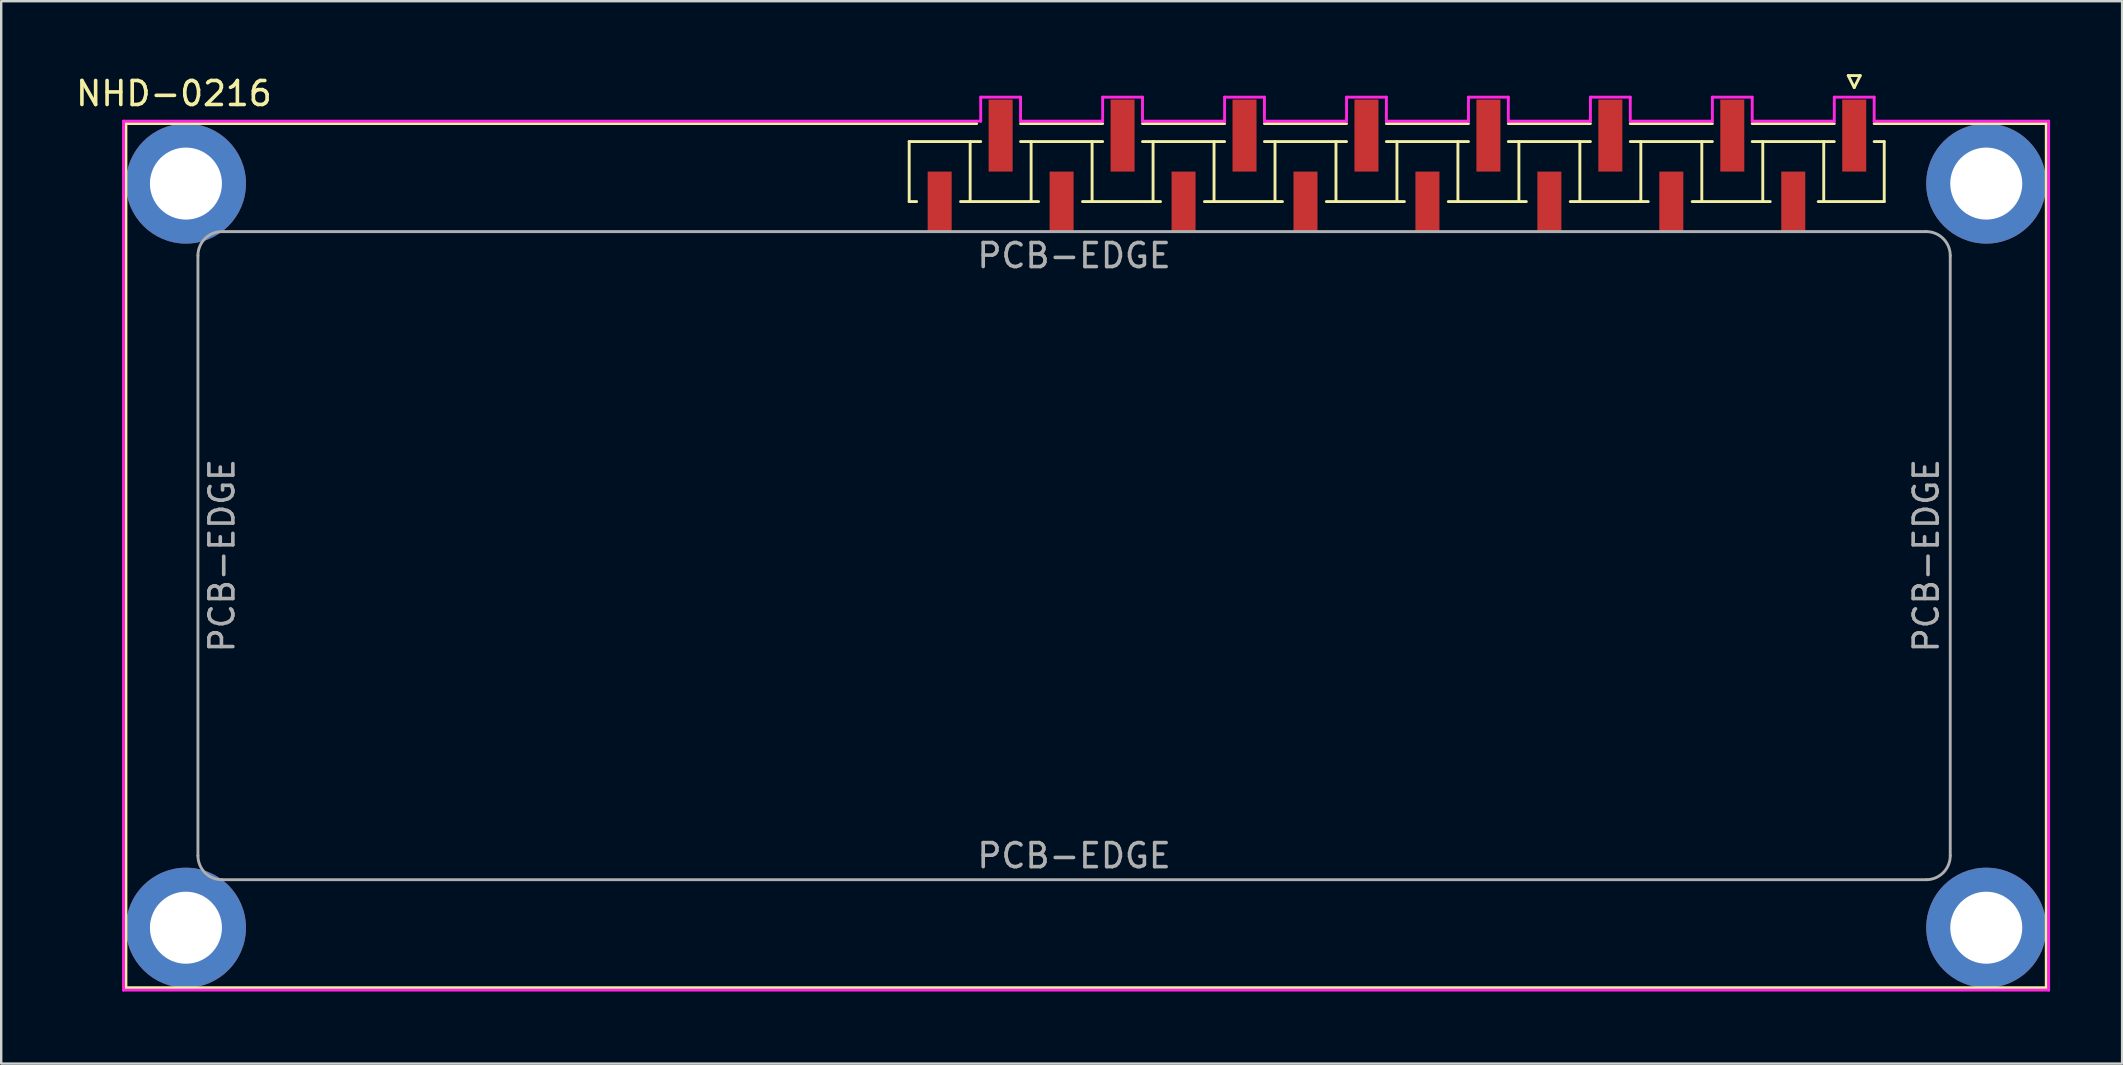
<source format=kicad_pcb>
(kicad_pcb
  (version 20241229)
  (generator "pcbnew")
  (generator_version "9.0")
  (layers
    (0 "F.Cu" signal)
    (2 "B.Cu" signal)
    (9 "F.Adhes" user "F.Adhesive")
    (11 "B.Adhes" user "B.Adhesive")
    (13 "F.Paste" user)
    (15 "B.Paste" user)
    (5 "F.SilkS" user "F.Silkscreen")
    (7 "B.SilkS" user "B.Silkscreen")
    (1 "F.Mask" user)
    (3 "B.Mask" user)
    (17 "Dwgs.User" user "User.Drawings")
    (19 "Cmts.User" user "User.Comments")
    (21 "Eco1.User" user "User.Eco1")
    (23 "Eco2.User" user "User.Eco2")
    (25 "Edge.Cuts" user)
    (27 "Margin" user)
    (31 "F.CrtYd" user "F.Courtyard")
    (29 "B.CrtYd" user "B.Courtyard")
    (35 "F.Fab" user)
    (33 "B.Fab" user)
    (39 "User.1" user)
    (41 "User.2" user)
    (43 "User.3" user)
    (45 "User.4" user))
  (footprint "NHD-0216"
    (layer "F.Cu")
    (at 74.196 4.098)
    (property "Reference" "NHD-0216" (at -70 -3.25 0) (layer "F.SilkS") (effects (font (size 1 1) (thickness 0.15))))
    (attr through_hole)
    (fp_line (start -72 -2) (end -36.56 -2) (stroke (width 0.12) (type solid)) (layer "F.SilkS"))
    (fp_line (start -72 34) (end -72 -2) (stroke (width 0.12) (type solid)) (layer "F.SilkS"))
    (fp_line (start -39.37 -1.25) (end -36.39 -1.25) (stroke (width 0.12) (type solid)) (layer "F.SilkS"))
    (fp_line (start -39.37 1.25) (end -39.37 -1.25) (stroke (width 0.12) (type solid)) (layer "F.SilkS"))
    (fp_line (start -39.37 1.25) (end -39.06 1.25) (stroke (width 0.12) (type solid)) (layer "F.SilkS"))
    (fp_line (start -37.23 1.25) (end -33.98 1.25) (stroke (width 0.12) (type solid)) (layer "F.SilkS"))
    (fp_line (start -36.83 1.25) (end -36.83 -1.25) (stroke (width 0.12) (type solid)) (layer "F.SilkS"))
    (fp_line (start -34.73 -2) (end -31.31 -2) (stroke (width 0.12) (type solid)) (layer "F.SilkS"))
    (fp_line (start -34.73 -1.25) (end -31.31 -1.25) (stroke (width 0.12) (type solid)) (layer "F.SilkS"))
    (fp_line (start -34.29 1.25) (end -34.29 -1.25) (stroke (width 0.12) (type solid)) (layer "F.SilkS"))
    (fp_line (start -32.15 1.25) (end -28.9 1.25) (stroke (width 0.12) (type solid)) (layer "F.SilkS"))
    (fp_line (start -31.75 1.25) (end -31.75 -1.25) (stroke (width 0.12) (type solid)) (layer "F.SilkS"))
    (fp_line (start -29.65 -2) (end -26.23 -2) (stroke (width 0.12) (type solid)) (layer "F.SilkS"))
    (fp_line (start -29.65 -1.25) (end -26.23 -1.25) (stroke (width 0.12) (type solid)) (layer "F.SilkS"))
    (fp_line (start -29.21 1.25) (end -29.21 -1.25) (stroke (width 0.12) (type solid)) (layer "F.SilkS"))
    (fp_line (start -27.07 1.25) (end -23.82 1.25) (stroke (width 0.12) (type solid)) (layer "F.SilkS"))
    (fp_line (start -26.67 1.25) (end -26.67 -1.25) (stroke (width 0.12) (type solid)) (layer "F.SilkS"))
    (fp_line (start -24.57 -2) (end -21.15 -2) (stroke (width 0.12) (type solid)) (layer "F.SilkS"))
    (fp_line (start -24.57 -1.25) (end -21.15 -1.25) (stroke (width 0.12) (type solid)) (layer "F.SilkS"))
    (fp_line (start -24.13 1.25) (end -24.13 -1.25) (stroke (width 0.12) (type solid)) (layer "F.SilkS"))
    (fp_line (start -21.99 1.25) (end -18.74 1.25) (stroke (width 0.12) (type solid)) (layer "F.SilkS"))
    (fp_line (start -21.59 1.25) (end -21.59 -1.25) (stroke (width 0.12) (type solid)) (layer "F.SilkS"))
    (fp_line (start -19.49 -2) (end -16.07 -2) (stroke (width 0.12) (type solid)) (layer "F.SilkS"))
    (fp_line (start -19.49 -1.25) (end -16.07 -1.25) (stroke (width 0.12) (type solid)) (layer "F.SilkS"))
    (fp_line (start -19.05 1.25) (end -19.05 -1.25) (stroke (width 0.12) (type solid)) (layer "F.SilkS"))
    (fp_line (start -16.91 1.25) (end -13.66 1.25) (stroke (width 0.12) (type solid)) (layer "F.SilkS"))
    (fp_line (start -16.51 1.25) (end -16.51 -1.25) (stroke (width 0.12) (type solid)) (layer "F.SilkS"))
    (fp_line (start -14.41 -2) (end -10.99 -2) (stroke (width 0.12) (type solid)) (layer "F.SilkS"))
    (fp_line (start -14.41 -1.25) (end -10.99 -1.25) (stroke (width 0.12) (type solid)) (layer "F.SilkS"))
    (fp_line (start -13.97 1.25) (end -13.97 -1.25) (stroke (width 0.12) (type solid)) (layer "F.SilkS"))
    (fp_line (start -11.83 1.25) (end -8.58 1.25) (stroke (width 0.12) (type solid)) (layer "F.SilkS"))
    (fp_line (start -11.43 1.25) (end -11.43 -1.25) (stroke (width 0.12) (type solid)) (layer "F.SilkS"))
    (fp_line (start -9.33 -2) (end -5.91 -2) (stroke (width 0.12) (type solid)) (layer "F.SilkS"))
    (fp_line (start -9.33 -1.25) (end -5.91 -1.25) (stroke (width 0.12) (type solid)) (layer "F.SilkS"))
    (fp_line (start -8.89 1.25) (end -8.89 -1.25) (stroke (width 0.12) (type solid)) (layer "F.SilkS"))
    (fp_line (start -6.75 1.25) (end -3.5 1.25) (stroke (width 0.12) (type solid)) (layer "F.SilkS"))
    (fp_line (start -6.35 1.25) (end -6.35 -1.25) (stroke (width 0.12) (type solid)) (layer "F.SilkS"))
    (fp_line (start -4.25 -2) (end -0.83 -2) (stroke (width 0.12) (type solid)) (layer "F.SilkS"))
    (fp_line (start -4.25 -1.25) (end -0.83 -1.25) (stroke (width 0.12) (type solid)) (layer "F.SilkS"))
    (fp_line (start -3.81 1.25) (end -3.81 -1.25) (stroke (width 0.12) (type solid)) (layer "F.SilkS"))
    (fp_line (start -1.27 1.25) (end -1.27 -1.25) (stroke (width 0.12) (type solid)) (layer "F.SilkS"))
    (fp_line (start -0.25 -4) (end 0.25 -4) (stroke (width 0.12) (type solid)) (layer "F.SilkS"))
    (fp_line (start 0 -3.5) (end -0.25 -4) (stroke (width 0.12) (type solid)) (layer "F.SilkS"))
    (fp_line (start 0.25 -4) (end 0 -3.5) (stroke (width 0.12) (type solid)) (layer "F.SilkS"))
    (fp_line (start 0.83 -2) (end 8 -2) (stroke (width 0.12) (type solid)) (layer "F.SilkS"))
    (fp_line (start 1.25 -1.25) (end 0.83 -1.25) (stroke (width 0.12) (type solid)) (layer "F.SilkS"))
    (fp_line (start 1.25 1.25) (end -1.5 1.25) (stroke (width 0.12) (type solid)) (layer "F.SilkS"))
    (fp_line (start 1.25 1.25) (end 1.25 -1.25) (stroke (width 0.12) (type solid)) (layer "F.SilkS"))
    (fp_line (start 8 -2) (end 8 34) (stroke (width 0.12) (type solid)) (layer "F.SilkS"))
    (fp_line (start 8 34) (end -72 34) (stroke (width 0.12) (type solid)) (layer "F.SilkS"))
    (fp_line (start -72.1 -2.1) (end -72.1 34.1) (stroke (width 0.12) (type solid)) (layer "F.CrtYd"))
    (fp_line (start -72.1 34.1) (end 8.1 34.1) (stroke (width 0.12) (type solid)) (layer "F.CrtYd"))
    (fp_line (start -36.39 -3.1) (end -36.39 -2.1) (stroke (width 0.12) (type solid)) (layer "F.CrtYd"))
    (fp_line (start -36.39 -2.1) (end -72.1 -2.1) (stroke (width 0.12) (type solid)) (layer "F.CrtYd"))
    (fp_line (start -34.73 -3.1) (end -36.39 -3.1) (stroke (width 0.12) (type solid)) (layer "F.CrtYd"))
    (fp_line (start -34.73 -2.1) (end -34.73 -3.1) (stroke (width 0.12) (type solid)) (layer "F.CrtYd"))
    (fp_line (start -31.31 -3.1) (end -31.31 -2.1) (stroke (width 0.12) (type solid)) (layer "F.CrtYd"))
    (fp_line (start -31.31 -2.1) (end -34.73 -2.1) (stroke (width 0.12) (type solid)) (layer "F.CrtYd"))
    (fp_line (start -29.65 -3.1) (end -31.31 -3.1) (stroke (width 0.12) (type solid)) (layer "F.CrtYd"))
    (fp_line (start -29.65 -2.1) (end -29.65 -3.1) (stroke (width 0.12) (type solid)) (layer "F.CrtYd"))
    (fp_line (start -26.23 -3.1) (end -26.23 -2.1) (stroke (width 0.12) (type solid)) (layer "F.CrtYd"))
    (fp_line (start -26.23 -2.1) (end -29.65 -2.1) (stroke (width 0.12) (type solid)) (layer "F.CrtYd"))
    (fp_line (start -24.57 -3.1) (end -26.23 -3.1) (stroke (width 0.12) (type solid)) (layer "F.CrtYd"))
    (fp_line (start -24.57 -2.1) (end -24.57 -3.1) (stroke (width 0.12) (type solid)) (layer "F.CrtYd"))
    (fp_line (start -21.15 -3.1) (end -21.15 -2.1) (stroke (width 0.12) (type solid)) (layer "F.CrtYd"))
    (fp_line (start -21.15 -2.1) (end -24.57 -2.1) (stroke (width 0.12) (type solid)) (layer "F.CrtYd"))
    (fp_line (start -19.49 -3.1) (end -21.15 -3.1) (stroke (width 0.12) (type solid)) (layer "F.CrtYd"))
    (fp_line (start -19.49 -2.1) (end -19.49 -3.1) (stroke (width 0.12) (type solid)) (layer "F.CrtYd"))
    (fp_line (start -16.07 -3.1) (end -16.07 -2.1) (stroke (width 0.12) (type solid)) (layer "F.CrtYd"))
    (fp_line (start -16.07 -2.1) (end -19.49 -2.1) (stroke (width 0.12) (type solid)) (layer "F.CrtYd"))
    (fp_line (start -14.41 -3.1) (end -16.07 -3.1) (stroke (width 0.12) (type solid)) (layer "F.CrtYd"))
    (fp_line (start -14.41 -2.1) (end -14.41 -3.1) (stroke (width 0.12) (type solid)) (layer "F.CrtYd"))
    (fp_line (start -10.99 -3.1) (end -10.99 -2.1) (stroke (width 0.12) (type solid)) (layer "F.CrtYd"))
    (fp_line (start -10.99 -2.1) (end -14.41 -2.1) (stroke (width 0.12) (type solid)) (layer "F.CrtYd"))
    (fp_line (start -9.33 -3.1) (end -10.99 -3.1) (stroke (width 0.12) (type solid)) (layer "F.CrtYd"))
    (fp_line (start -9.33 -2.1) (end -9.33 -3.1) (stroke (width 0.12) (type solid)) (layer "F.CrtYd"))
    (fp_line (start -5.91 -3.1) (end -5.91 -2.1) (stroke (width 0.12) (type solid)) (layer "F.CrtYd"))
    (fp_line (start -5.91 -2.1) (end -9.33 -2.1) (stroke (width 0.12) (type solid)) (layer "F.CrtYd"))
    (fp_line (start -4.25 -3.1) (end -5.91 -3.1) (stroke (width 0.12) (type solid)) (layer "F.CrtYd"))
    (fp_line (start -4.25 -2.1) (end -4.25 -3.1) (stroke (width 0.12) (type solid)) (layer "F.CrtYd"))
    (fp_line (start -0.83 -3.1) (end -0.83 -2.1) (stroke (width 0.12) (type solid)) (layer "F.CrtYd"))
    (fp_line (start -0.83 -2.1) (end -4.25 -2.1) (stroke (width 0.12) (type solid)) (layer "F.CrtYd"))
    (fp_line (start 0.83 -3.1) (end -0.83 -3.1) (stroke (width 0.12) (type solid)) (layer "F.CrtYd"))
    (fp_line (start 0.83 -2.1) (end 0.83 -3.1) (stroke (width 0.12) (type solid)) (layer "F.CrtYd"))
    (fp_line (start 8.1 -2.1) (end 0.83 -2.1) (stroke (width 0.12) (type solid)) (layer "F.CrtYd"))
    (fp_line (start 8.1 34.1) (end 8.1 -2.1) (stroke (width 0.12) (type solid)) (layer "F.CrtYd"))
    (fp_line (start -69 28.5) (end -69 3.5) (stroke (width 0.12) (type solid)) (layer "F.Fab"))
    (fp_line (start -68 2.5) (end 3 2.5) (stroke (width 0.12) (type solid)) (layer "F.Fab"))
    (fp_line (start 3 29.5) (end -68 29.5) (stroke (width 0.12) (type solid)) (layer "F.Fab"))
    (fp_line (start 4 3.5) (end 4 28.5) (stroke (width 0.12) (type solid)) (layer "F.Fab"))
    (fp_arc (start -69 3.5) (mid -68.707107 2.792893) (end -68 2.5) (stroke (width 0.12) (type solid)) (layer "F.Fab"))
    (fp_arc (start -68 29.5) (mid -68.707107 29.207107) (end -69 28.5) (stroke (width 0.12) (type solid)) (layer "F.Fab"))
    (fp_arc (start 3 2.5) (mid 3.707107 2.792893) (end 4 3.5) (stroke (width 0.12) (type solid)) (layer "F.Fab"))
    (fp_arc (start 4 28.5) (mid 3.707107 29.207107) (end 3 29.5) (stroke (width 0.12) (type solid)) (layer "F.Fab"))
    (fp_text user "PCB-EDGE" (at -68 16 270) (layer "F.Fab") (effects (font (size 1 1) (thickness 0.15))))
    (fp_text user "PCB-EDGE" (at 3 16 90) (layer "F.Fab") (effects (font (size 1 1) (thickness 0.15))))
    (fp_text user "PCB-EDGE" (at -32.5 28.5 0) (layer "F.Fab") (effects (font (size 1 1) (thickness 0.15))))
    (fp_text user "PCB-EDGE" (at -32.5 3.5 0) (layer "F.Fab") (effects (font (size 1 1) (thickness 0.15))))
    (pad "" thru_hole circle (at -69.5 0.5) (size 5 5) (drill 3) (layers "*.Cu" "*.Mask"))
    (pad "" thru_hole circle (at -69.5 31.5) (size 5 5) (drill 3) (layers "*.Cu" "*.Mask"))
    (pad "" thru_hole circle (at 5.5 0.5) (size 5 5) (drill 3) (layers "*.Cu" "*.Mask"))
    (pad "" thru_hole circle (at 5.5 31.5) (size 5 5) (drill 3) (layers "*.Cu" "*.Mask"))
    (pad "1" smd rect (at 0 -1.5) (size 1 3) (layers "F.Cu" "F.Mask" "F.Paste"))
    (pad "2" smd rect (at -2.54 1.25) (size 1 2.5) (layers "F.Cu" "F.Mask" "F.Paste"))
    (pad "3" smd rect (at -5.08 -1.5) (size 1 3) (layers "F.Cu" "F.Mask" "F.Paste"))
    (pad "4" smd rect (at -7.62 1.25) (size 1 2.5) (layers "F.Cu" "F.Mask" "F.Paste"))
    (pad "5" smd rect (at -10.16 -1.5) (size 1 3) (layers "F.Cu" "F.Mask" "F.Paste"))
    (pad "6" smd rect (at -12.7 1.25) (size 1 2.5) (layers "F.Cu" "F.Mask" "F.Paste"))
    (pad "7" smd rect (at -15.24 -1.5) (size 1 3) (layers "F.Cu" "F.Mask" "F.Paste"))
    (pad "8" smd rect (at -17.78 1.25) (size 1 2.5) (layers "F.Cu" "F.Mask" "F.Paste"))
    (pad "9" smd rect (at -20.32 -1.5) (size 1 3) (layers "F.Cu" "F.Mask" "F.Paste"))
    (pad "10" smd rect (at -22.86 1.25) (size 1 2.5) (layers "F.Cu" "F.Mask" "F.Paste"))
    (pad "11" smd rect (at -25.4 -1.5) (size 1 3) (layers "F.Cu" "F.Mask" "F.Paste"))
    (pad "12" smd rect (at -27.94 1.25) (size 1 2.5) (layers "F.Cu" "F.Mask" "F.Paste"))
    (pad "13" smd rect (at -30.48 -1.5) (size 1 3) (layers "F.Cu" "F.Mask" "F.Paste"))
    (pad "14" smd rect (at -33.02 1.25) (size 1 2.5) (layers "F.Cu" "F.Mask" "F.Paste"))
    (pad "15" smd rect (at -35.56 -1.5) (size 1 3) (layers "F.Cu" "F.Mask" "F.Paste"))
    (pad "16" smd rect (at -38.1 1.25) (size 1 2.5) (layers "F.Cu" "F.Mask" "F.Paste")))
  (gr_rect
    (start -3 -3)
    (end 85.356 41.258)
    (stroke (width 0.1) (type default))
    (fill no)
    (layer "Edge.Cuts")))
</source>
